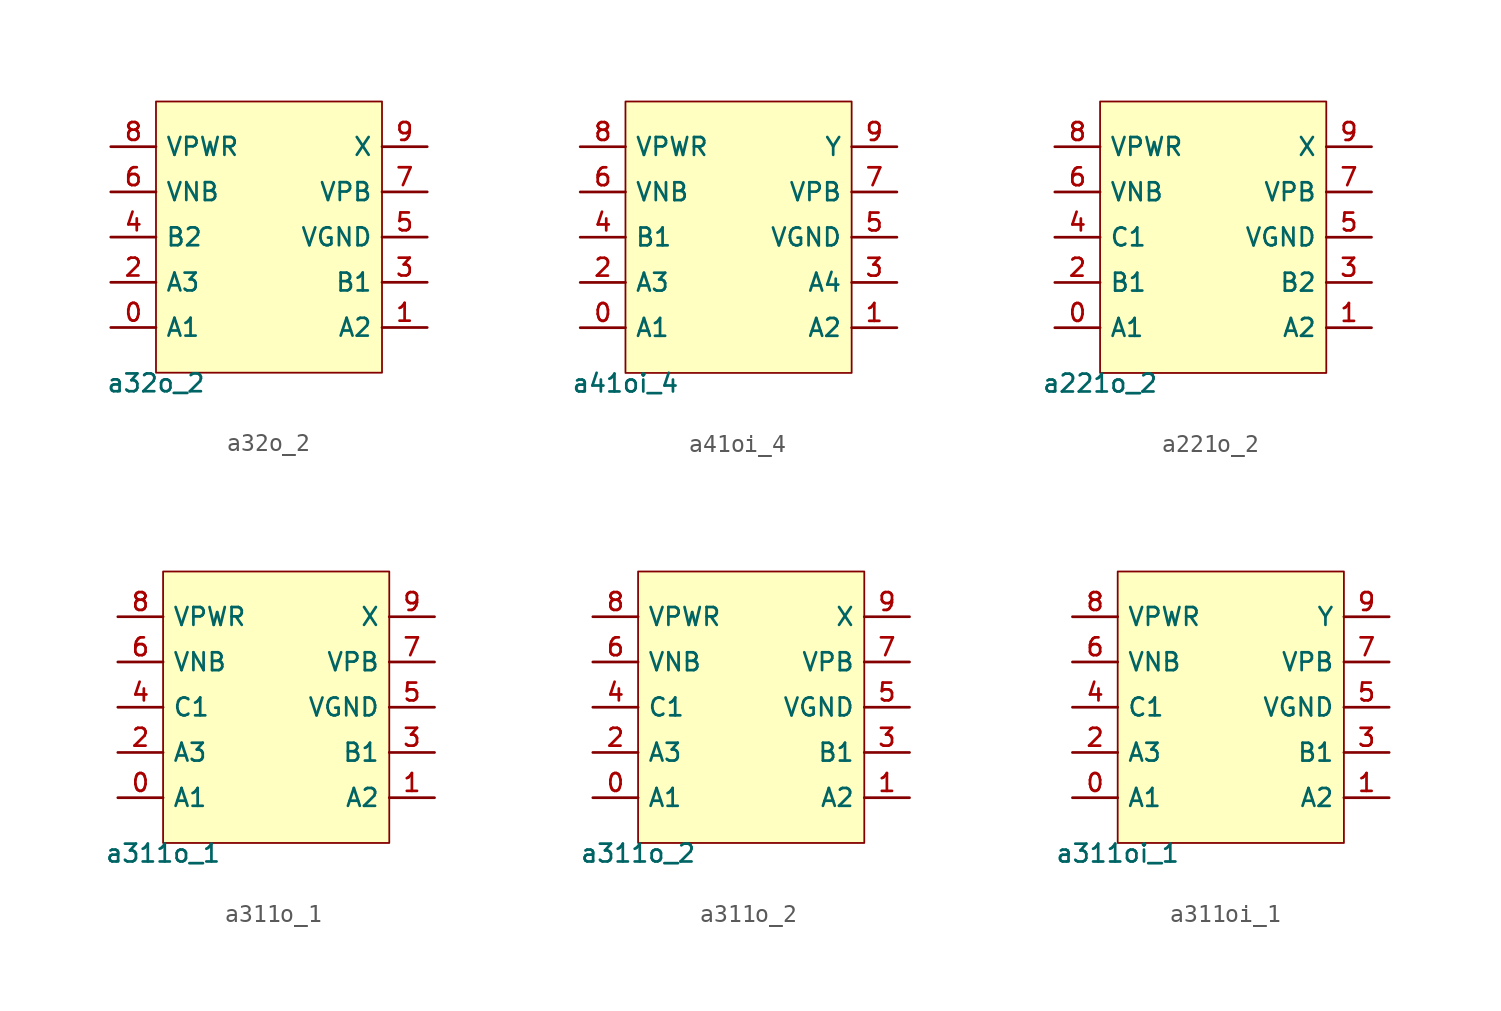
<source format=kicad_sym>
(kicad_symbol_lib
  (version 20211014)
  (generator pdk2kicad)
  (symbol "a32o_2"
    (property "Reference" "X"
      (at 0 0 0)
      (effects (font (size 1 1)) hide))
    (property "Value" "a32o_2"
      (at -6.35 -7.62 0)
      (effects (font (size 1 1)) (justify top)))
    (rectangle
      (start -6.35 -7.62)
      (end 6.35 7.62)
      (stroke (width 0.1) (type solid) (color 0 0 0 0))
      (fill (type background)))
    (pin bidirectional line
      (at -8.89 -5.08 0)
      (length 2.54)
      (name "A1" (effects (font (size 1 1)) hide))
      (number "0" (effects (font (size 1 1)) hide)))
    (pin bidirectional line
      (at 8.89 -5.08 180)
      (length 2.54)
      (name "A2" (effects (font (size 1 1)) hide))
      (number "1" (effects (font (size 1 1)) hide)))
    (pin bidirectional line
      (at -8.89 -2.54 0)
      (length 2.54)
      (name "A3" (effects (font (size 1 1)) hide))
      (number "2" (effects (font (size 1 1)) hide)))
    (pin bidirectional line
      (at 8.89 -2.54 180)
      (length 2.54)
      (name "B1" (effects (font (size 1 1)) hide))
      (number "3" (effects (font (size 1 1)) hide)))
    (pin bidirectional line
      (at -8.89 8.881784197001252e-16 0)
      (length 2.54)
      (name "B2" (effects (font (size 1 1)) hide))
      (number "4" (effects (font (size 1 1)) hide)))
    (pin bidirectional line
      (at 8.89 8.881784197001252e-16 180)
      (length 2.54)
      (name "VGND" (effects (font (size 1 1)) hide))
      (number "5" (effects (font (size 1 1)) hide)))
    (pin bidirectional line
      (at -8.89 2.54 0)
      (length 2.54)
      (name "VNB" (effects (font (size 1 1)) hide))
      (number "6" (effects (font (size 1 1)) hide)))
    (pin bidirectional line
      (at 8.89 2.54 180)
      (length 2.54)
      (name "VPB" (effects (font (size 1 1)) hide))
      (number "7" (effects (font (size 1 1)) hide)))
    (pin bidirectional line
      (at -8.89 5.08 0)
      (length 2.54)
      (name "VPWR" (effects (font (size 1 1)) hide))
      (number "8" (effects (font (size 1 1)) hide)))
    (pin bidirectional line
      (at 8.89 5.08 180)
      (length 2.54)
      (name "X" (effects (font (size 1 1)) hide))
      (number "9" (effects (font (size 1 1)) hide))))
  (symbol "a41oi_4"
    (property "Reference" "X"
      (at 0 0 0)
      (effects (font (size 1 1)) hide))
    (property "Value" "a41oi_4"
      (at -6.35 -7.62 0)
      (effects (font (size 1 1)) (justify top)))
    (rectangle
      (start -6.35 -7.62)
      (end 6.35 7.62)
      (stroke (width 0.1) (type solid) (color 0 0 0 0))
      (fill (type background)))
    (pin bidirectional line
      (at -8.89 -5.08 0)
      (length 2.54)
      (name "A1" (effects (font (size 1 1)) hide))
      (number "0" (effects (font (size 1 1)) hide)))
    (pin bidirectional line
      (at 8.89 -5.08 180)
      (length 2.54)
      (name "A2" (effects (font (size 1 1)) hide))
      (number "1" (effects (font (size 1 1)) hide)))
    (pin bidirectional line
      (at -8.89 -2.54 0)
      (length 2.54)
      (name "A3" (effects (font (size 1 1)) hide))
      (number "2" (effects (font (size 1 1)) hide)))
    (pin bidirectional line
      (at 8.89 -2.54 180)
      (length 2.54)
      (name "A4" (effects (font (size 1 1)) hide))
      (number "3" (effects (font (size 1 1)) hide)))
    (pin bidirectional line
      (at -8.89 8.881784197001252e-16 0)
      (length 2.54)
      (name "B1" (effects (font (size 1 1)) hide))
      (number "4" (effects (font (size 1 1)) hide)))
    (pin bidirectional line
      (at 8.89 8.881784197001252e-16 180)
      (length 2.54)
      (name "VGND" (effects (font (size 1 1)) hide))
      (number "5" (effects (font (size 1 1)) hide)))
    (pin bidirectional line
      (at -8.89 2.54 0)
      (length 2.54)
      (name "VNB" (effects (font (size 1 1)) hide))
      (number "6" (effects (font (size 1 1)) hide)))
    (pin bidirectional line
      (at 8.89 2.54 180)
      (length 2.54)
      (name "VPB" (effects (font (size 1 1)) hide))
      (number "7" (effects (font (size 1 1)) hide)))
    (pin bidirectional line
      (at -8.89 5.08 0)
      (length 2.54)
      (name "VPWR" (effects (font (size 1 1)) hide))
      (number "8" (effects (font (size 1 1)) hide)))
    (pin bidirectional line
      (at 8.89 5.08 180)
      (length 2.54)
      (name "Y" (effects (font (size 1 1)) hide))
      (number "9" (effects (font (size 1 1)) hide))))
  (symbol "a221o_2"
    (property "Reference" "X"
      (at 0 0 0)
      (effects (font (size 1 1)) hide))
    (property "Value" "a221o_2"
      (at -6.35 -7.62 0)
      (effects (font (size 1 1)) (justify top)))
    (rectangle
      (start -6.35 -7.62)
      (end 6.35 7.62)
      (stroke (width 0.1) (type solid) (color 0 0 0 0))
      (fill (type background)))
    (pin bidirectional line
      (at -8.89 -5.08 0)
      (length 2.54)
      (name "A1" (effects (font (size 1 1)) hide))
      (number "0" (effects (font (size 1 1)) hide)))
    (pin bidirectional line
      (at 8.89 -5.08 180)
      (length 2.54)
      (name "A2" (effects (font (size 1 1)) hide))
      (number "1" (effects (font (size 1 1)) hide)))
    (pin bidirectional line
      (at -8.89 -2.54 0)
      (length 2.54)
      (name "B1" (effects (font (size 1 1)) hide))
      (number "2" (effects (font (size 1 1)) hide)))
    (pin bidirectional line
      (at 8.89 -2.54 180)
      (length 2.54)
      (name "B2" (effects (font (size 1 1)) hide))
      (number "3" (effects (font (size 1 1)) hide)))
    (pin bidirectional line
      (at -8.89 8.881784197001252e-16 0)
      (length 2.54)
      (name "C1" (effects (font (size 1 1)) hide))
      (number "4" (effects (font (size 1 1)) hide)))
    (pin bidirectional line
      (at 8.89 8.881784197001252e-16 180)
      (length 2.54)
      (name "VGND" (effects (font (size 1 1)) hide))
      (number "5" (effects (font (size 1 1)) hide)))
    (pin bidirectional line
      (at -8.89 2.54 0)
      (length 2.54)
      (name "VNB" (effects (font (size 1 1)) hide))
      (number "6" (effects (font (size 1 1)) hide)))
    (pin bidirectional line
      (at 8.89 2.54 180)
      (length 2.54)
      (name "VPB" (effects (font (size 1 1)) hide))
      (number "7" (effects (font (size 1 1)) hide)))
    (pin bidirectional line
      (at -8.89 5.08 0)
      (length 2.54)
      (name "VPWR" (effects (font (size 1 1)) hide))
      (number "8" (effects (font (size 1 1)) hide)))
    (pin bidirectional line
      (at 8.89 5.08 180)
      (length 2.54)
      (name "X" (effects (font (size 1 1)) hide))
      (number "9" (effects (font (size 1 1)) hide))))
  (symbol "a311o_1"
    (property "Reference" "X"
      (at 0 0 0)
      (effects (font (size 1 1)) hide))
    (property "Value" "a311o_1"
      (at -6.35 -7.62 0)
      (effects (font (size 1 1)) (justify top)))
    (rectangle
      (start -6.35 -7.62)
      (end 6.35 7.62)
      (stroke (width 0.1) (type solid) (color 0 0 0 0))
      (fill (type background)))
    (pin bidirectional line
      (at -8.89 -5.08 0)
      (length 2.54)
      (name "A1" (effects (font (size 1 1)) hide))
      (number "0" (effects (font (size 1 1)) hide)))
    (pin bidirectional line
      (at 8.89 -5.08 180)
      (length 2.54)
      (name "A2" (effects (font (size 1 1)) hide))
      (number "1" (effects (font (size 1 1)) hide)))
    (pin bidirectional line
      (at -8.89 -2.54 0)
      (length 2.54)
      (name "A3" (effects (font (size 1 1)) hide))
      (number "2" (effects (font (size 1 1)) hide)))
    (pin bidirectional line
      (at 8.89 -2.54 180)
      (length 2.54)
      (name "B1" (effects (font (size 1 1)) hide))
      (number "3" (effects (font (size 1 1)) hide)))
    (pin bidirectional line
      (at -8.89 8.881784197001252e-16 0)
      (length 2.54)
      (name "C1" (effects (font (size 1 1)) hide))
      (number "4" (effects (font (size 1 1)) hide)))
    (pin bidirectional line
      (at 8.89 8.881784197001252e-16 180)
      (length 2.54)
      (name "VGND" (effects (font (size 1 1)) hide))
      (number "5" (effects (font (size 1 1)) hide)))
    (pin bidirectional line
      (at -8.89 2.54 0)
      (length 2.54)
      (name "VNB" (effects (font (size 1 1)) hide))
      (number "6" (effects (font (size 1 1)) hide)))
    (pin bidirectional line
      (at 8.89 2.54 180)
      (length 2.54)
      (name "VPB" (effects (font (size 1 1)) hide))
      (number "7" (effects (font (size 1 1)) hide)))
    (pin bidirectional line
      (at -8.89 5.08 0)
      (length 2.54)
      (name "VPWR" (effects (font (size 1 1)) hide))
      (number "8" (effects (font (size 1 1)) hide)))
    (pin bidirectional line
      (at 8.89 5.08 180)
      (length 2.54)
      (name "X" (effects (font (size 1 1)) hide))
      (number "9" (effects (font (size 1 1)) hide))))
  (symbol "a311o_2"
    (property "Reference" "X"
      (at 0 0 0)
      (effects (font (size 1 1)) hide))
    (property "Value" "a311o_2"
      (at -6.35 -7.62 0)
      (effects (font (size 1 1)) (justify top)))
    (rectangle
      (start -6.35 -7.62)
      (end 6.35 7.62)
      (stroke (width 0.1) (type solid) (color 0 0 0 0))
      (fill (type background)))
    (pin bidirectional line
      (at -8.89 -5.08 0)
      (length 2.54)
      (name "A1" (effects (font (size 1 1)) hide))
      (number "0" (effects (font (size 1 1)) hide)))
    (pin bidirectional line
      (at 8.89 -5.08 180)
      (length 2.54)
      (name "A2" (effects (font (size 1 1)) hide))
      (number "1" (effects (font (size 1 1)) hide)))
    (pin bidirectional line
      (at -8.89 -2.54 0)
      (length 2.54)
      (name "A3" (effects (font (size 1 1)) hide))
      (number "2" (effects (font (size 1 1)) hide)))
    (pin bidirectional line
      (at 8.89 -2.54 180)
      (length 2.54)
      (name "B1" (effects (font (size 1 1)) hide))
      (number "3" (effects (font (size 1 1)) hide)))
    (pin bidirectional line
      (at -8.89 8.881784197001252e-16 0)
      (length 2.54)
      (name "C1" (effects (font (size 1 1)) hide))
      (number "4" (effects (font (size 1 1)) hide)))
    (pin bidirectional line
      (at 8.89 8.881784197001252e-16 180)
      (length 2.54)
      (name "VGND" (effects (font (size 1 1)) hide))
      (number "5" (effects (font (size 1 1)) hide)))
    (pin bidirectional line
      (at -8.89 2.54 0)
      (length 2.54)
      (name "VNB" (effects (font (size 1 1)) hide))
      (number "6" (effects (font (size 1 1)) hide)))
    (pin bidirectional line
      (at 8.89 2.54 180)
      (length 2.54)
      (name "VPB" (effects (font (size 1 1)) hide))
      (number "7" (effects (font (size 1 1)) hide)))
    (pin bidirectional line
      (at -8.89 5.08 0)
      (length 2.54)
      (name "VPWR" (effects (font (size 1 1)) hide))
      (number "8" (effects (font (size 1 1)) hide)))
    (pin bidirectional line
      (at 8.89 5.08 180)
      (length 2.54)
      (name "X" (effects (font (size 1 1)) hide))
      (number "9" (effects (font (size 1 1)) hide))))
  (symbol "a311oi_1"
    (property "Reference" "X"
      (at 0 0 0)
      (effects (font (size 1 1)) hide))
    (property "Value" "a311oi_1"
      (at -6.35 -7.62 0)
      (effects (font (size 1 1)) (justify top)))
    (rectangle
      (start -6.35 -7.62)
      (end 6.35 7.62)
      (stroke (width 0.1) (type solid) (color 0 0 0 0))
      (fill (type background)))
    (pin bidirectional line
      (at -8.89 -5.08 0)
      (length 2.54)
      (name "A1" (effects (font (size 1 1)) hide))
      (number "0" (effects (font (size 1 1)) hide)))
    (pin bidirectional line
      (at 8.89 -5.08 180)
      (length 2.54)
      (name "A2" (effects (font (size 1 1)) hide))
      (number "1" (effects (font (size 1 1)) hide)))
    (pin bidirectional line
      (at -8.89 -2.54 0)
      (length 2.54)
      (name "A3" (effects (font (size 1 1)) hide))
      (number "2" (effects (font (size 1 1)) hide)))
    (pin bidirectional line
      (at 8.89 -2.54 180)
      (length 2.54)
      (name "B1" (effects (font (size 1 1)) hide))
      (number "3" (effects (font (size 1 1)) hide)))
    (pin bidirectional line
      (at -8.89 8.881784197001252e-16 0)
      (length 2.54)
      (name "C1" (effects (font (size 1 1)) hide))
      (number "4" (effects (font (size 1 1)) hide)))
    (pin bidirectional line
      (at 8.89 8.881784197001252e-16 180)
      (length 2.54)
      (name "VGND" (effects (font (size 1 1)) hide))
      (number "5" (effects (font (size 1 1)) hide)))
    (pin bidirectional line
      (at -8.89 2.54 0)
      (length 2.54)
      (name "VNB" (effects (font (size 1 1)) hide))
      (number "6" (effects (font (size 1 1)) hide)))
    (pin bidirectional line
      (at 8.89 2.54 180)
      (length 2.54)
      (name "VPB" (effects (font (size 1 1)) hide))
      (number "7" (effects (font (size 1 1)) hide)))
    (pin bidirectional line
      (at -8.89 5.08 0)
      (length 2.54)
      (name "VPWR" (effects (font (size 1 1)) hide))
      (number "8" (effects (font (size 1 1)) hide)))
    (pin bidirectional line
      (at 8.89 5.08 180)
      (length 2.54)
      (name "Y" (effects (font (size 1 1)) hide))
      (number "9" (effects (font (size 1 1)) hide)))))
</source>
